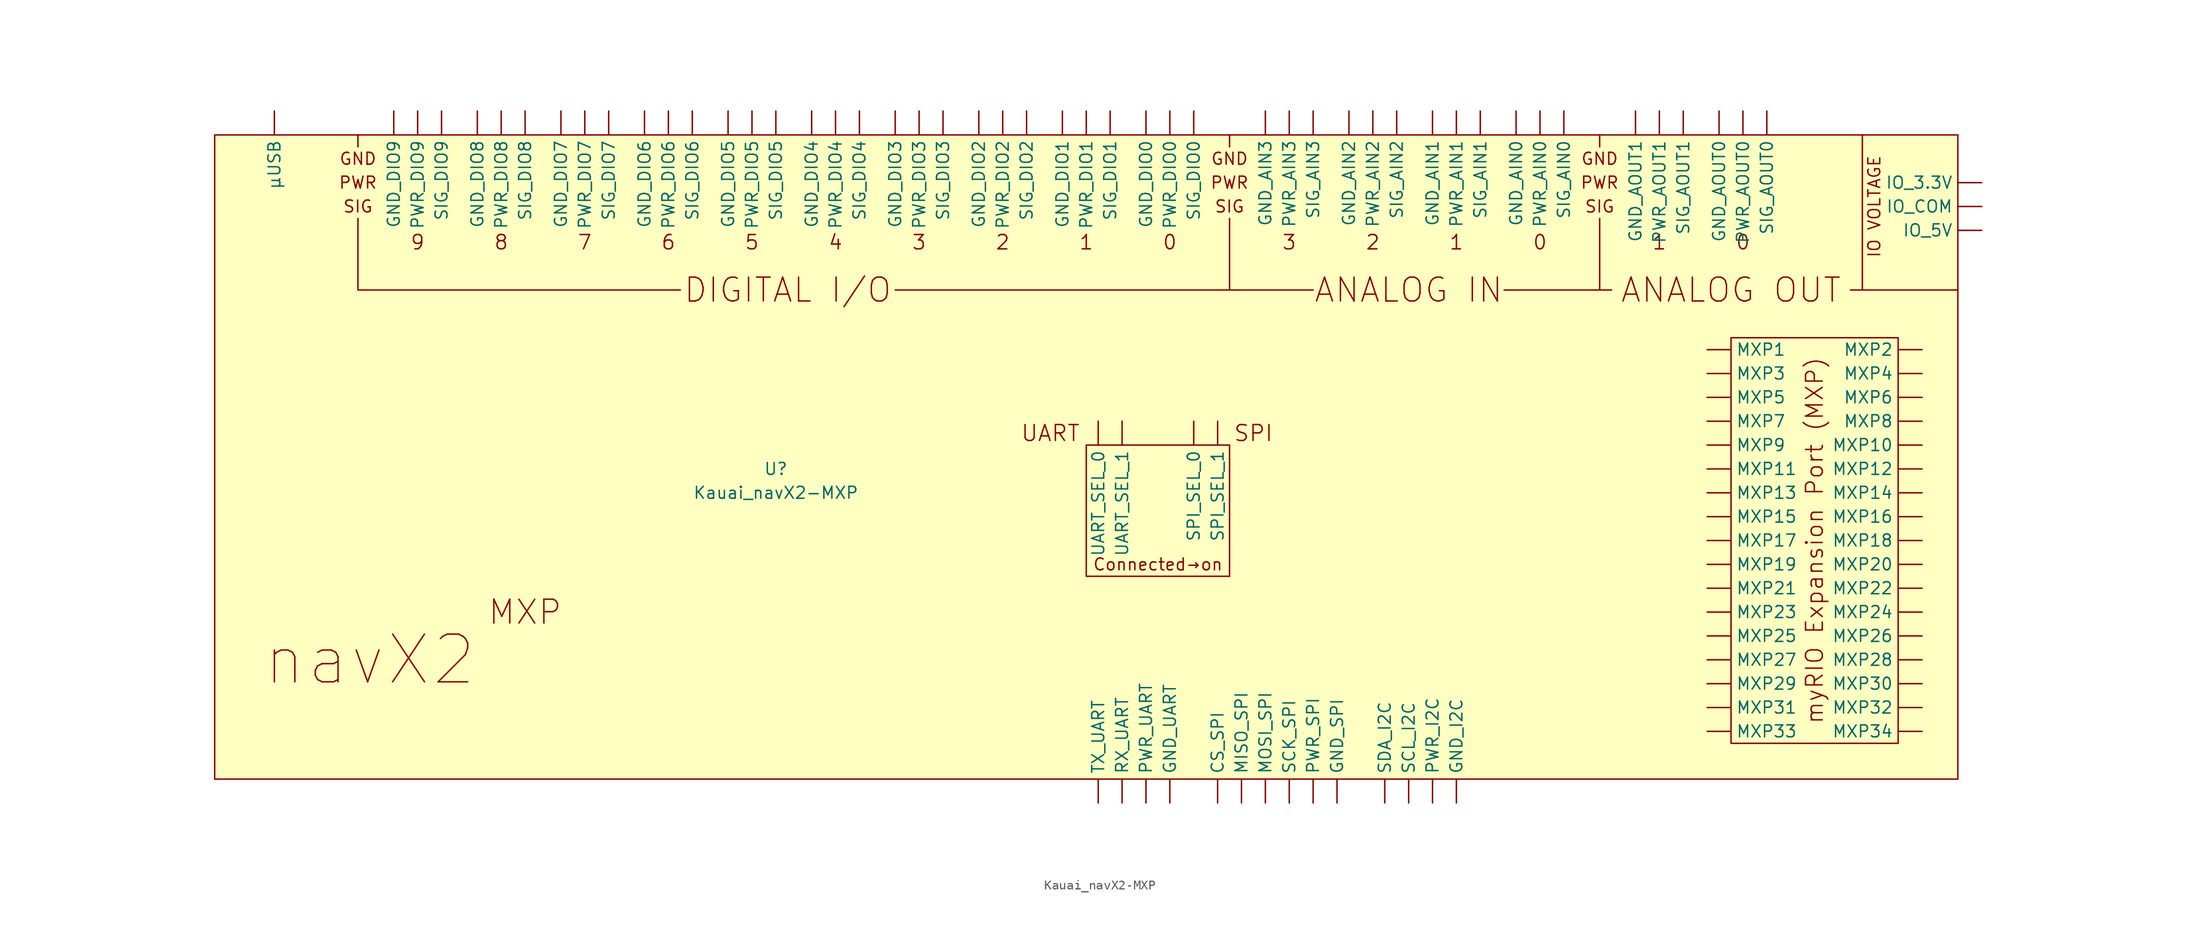
<source format=kicad_sym>
(kicad_symbol_lib
  (version 20220914)
  (generator kicad_symbol_editor)
  (symbol "Kauai_navX2-MXP"
    (property "Reference" "U"
      (at -33.02 -2.54 0)
      (effects (font (size 1.27 1.27))))
    (property "Value" "Kauai_navX2-MXP"
      (at -33.02 -5.08 0)
      (effects (font (size 1.27 1.27))))
    (symbol "Kauai_navX2-MXP_0_0"
      (polyline (pts (xy -77.47 33.02) (xy -77.47 31.75)) (stroke (width 0) (type default)) (fill (type none)))
      (polyline (pts (xy -20.32 16.51) (xy 24.13 16.51)) (stroke (width 0) (type default)) (fill (type none)))
      (polyline (pts (xy 15.24 24.13) (xy 15.24 16.51)) (stroke (width 0) (type default)) (fill (type none)))
      (polyline (pts (xy 44.45 16.51) (xy 55.88 16.51)) (stroke (width 0) (type default)) (fill (type none)))
      (polyline (pts (xy 54.61 24.13) (xy 54.61 16.51)) (stroke (width 0) (type default)) (fill (type none)))
      (polyline (pts (xy 81.28 16.51) (xy 92.71 16.51)) (stroke (width 0) (type default)) (fill (type none)))
      (polyline (pts (xy 82.55 16.51) (xy 82.55 33.02)) (stroke (width 0) (type default)) (fill (type none)))
      (polyline (pts (xy -77.47 24.13) (xy -77.47 16.51) (xy -43.18 16.51)) (stroke (width 0) (type default)) (fill (type none)))
      (rectangle (start 0 0) (end 15.24 -13.97) (stroke (width 0) (type default)) (fill (type none)))
      (rectangle (start 68.58 -31.75) (end 86.36 11.43) (stroke (width 0) (type default)) (fill (type none)))
      (text "0" (at 8.89 21.59 0) (effects (font (size 1.524 1.524))))
      (text "0" (at 48.26 21.59 0) (effects (font (size 1.524 1.524))))
      (text "0" (at 69.85 21.59 0) (effects (font (size 1.524 1.524))))
      (text "1" (at 0 21.59 0) (effects (font (size 1.524 1.524))))
      (text "1" (at 39.37 21.59 0) (effects (font (size 1.524 1.524))))
      (text "1" (at 60.96 21.59 0) (effects (font (size 1.524 1.524))))
      (text "2" (at -8.89 21.59 0) (effects (font (size 1.524 1.524))))
      (text "2" (at 30.48 21.59 0) (effects (font (size 1.524 1.524))))
      (text "3" (at -17.78 21.59 0) (effects (font (size 1.524 1.524))))
      (text "3" (at 21.59 21.59 0) (effects (font (size 1.524 1.524))))
      (text "4" (at -26.67 21.59 0) (effects (font (size 1.524 1.524))))
      (text "5" (at -35.56 21.59 0) (effects (font (size 1.524 1.524))))
      (text "6" (at -44.45 21.59 0) (effects (font (size 1.524 1.524))))
      (text "7" (at -53.34 21.59 0) (effects (font (size 1.524 1.524))))
      (text "8" (at -62.23 21.59 0) (effects (font (size 1.524 1.524))))
      (text "9" (at -71.12 21.59 0) (effects (font (size 1.524 1.524))))
      (text "ANALOG IN" (at 34.29 16.51 0) (effects (font (size 2.54 2.54))))
      (text "ANALOG OUT" (at 68.58 16.51 0) (effects (font (size 2.54 2.54))))
      (text "Connected→on" (at 7.62 -12.7 0) (effects (font (size 1.27 1.27))))
      (text "DIGITAL I/O" (at -31.75 16.51 0) (effects (font (size 2.54 2.54))))
      (text "GND" (at -77.47 30.48 0) (effects (font (size 1.27 1.27))))
      (text "GND" (at 15.24 30.48 0) (effects (font (size 1.27 1.27))))
      (text "GND" (at 54.61 30.48 0) (effects (font (size 1.27 1.27))))
      (text "IO VOLTAGE" (at 83.82 25.4 900) (effects (font (size 1.27 1.27))))
      (text "MXP" (at -59.69 -17.78 0) (effects (font (size 2.54 2.54))))
      (text "myRIO Expansion Port (MXP)" (at 77.47 -10.16 900) (effects (font (size 1.778 1.778))))
      (text "navX2" (at -76.2 -22.86 0) (effects (font (size 5.08 5.08))))
      (text "PWR" (at -77.47 27.94 0) (effects (font (size 1.27 1.27))))
      (text "PWR" (at 15.24 27.94 0) (effects (font (size 1.27 1.27))))
      (text "PWR" (at 54.61 27.94 0) (effects (font (size 1.27 1.27))))
      (text "SIG" (at -77.47 25.4 0) (effects (font (size 1.27 1.27))))
      (text "SIG" (at 15.24 25.4 0) (effects (font (size 1.27 1.27))))
      (text "SIG" (at 54.61 25.4 0) (effects (font (size 1.27 1.27))))
      (text "SPI" (at 17.78 1.27 0) (effects (font (size 1.693 1.693))))
      (text "UART" (at -3.81 1.27 0) (effects (font (size 1.693 1.693)))))
    (symbol "Kauai_navX2-MXP_0_1"
      (rectangle (start -92.71 33.02) (end 92.71 -35.56) (stroke (width 0) (type default)) (fill (type background)))
      (polyline (pts (xy 15.24 31.75) (xy 15.24 33.02)) (stroke (width 0) (type default)) (fill (type none)))
      (polyline (pts (xy 54.61 31.75) (xy 54.61 33.02)) (stroke (width 0) (type default)) (fill (type none))))
    (symbol "Kauai_navX2-MXP_1_1"
      (pin bidirectional line (at 13.97 -38.1 90) (length 2.54) (name "CS_SPI" (effects (font (size 1.27 1.27)))) (number "" (effects (font (size 1.27 1.27)))))
      (pin power_out line (at 45.72 35.56 270) (length 2.54) (name "GND_AIN0" (effects (font (size 1.27 1.27)))) (number "" (effects (font (size 1.27 1.27)))))
      (pin power_out line (at 36.83 35.56 270) (length 2.54) (name "GND_AIN1" (effects (font (size 1.27 1.27)))) (number "" (effects (font (size 1.27 1.27)))))
      (pin power_out line (at 27.94 35.56 270) (length 2.54) (name "GND_AIN2" (effects (font (size 1.27 1.27)))) (number "" (effects (font (size 1.27 1.27)))))
      (pin power_out line (at 19.05 35.56 270) (length 2.54) (name "GND_AIN3" (effects (font (size 1.27 1.27)))) (number "" (effects (font (size 1.27 1.27)))))
      (pin power_out line (at 67.31 35.56 270) (length 2.54) (name "GND_AOUT0" (effects (font (size 1.27 1.27)))) (number "" (effects (font (size 1.27 1.27)))))
      (pin power_out line (at 58.42 35.56 270) (length 2.54) (name "GND_AOUT1" (effects (font (size 1.27 1.27)))) (number "" (effects (font (size 1.27 1.27)))))
      (pin power_out line (at 6.35 35.56 270) (length 2.54) (name "GND_DIO0" (effects (font (size 1.27 1.27)))) (number "" (effects (font (size 1.27 1.27)))))
      (pin power_out line (at -2.54 35.56 270) (length 2.54) (name "GND_DIO1" (effects (font (size 1.27 1.27)))) (number "" (effects (font (size 1.27 1.27)))))
      (pin power_out line (at -11.43 35.56 270) (length 2.54) (name "GND_DIO2" (effects (font (size 1.27 1.27)))) (number "" (effects (font (size 1.27 1.27)))))
      (pin power_out line (at -20.32 35.56 270) (length 2.54) (name "GND_DIO3" (effects (font (size 1.27 1.27)))) (number "" (effects (font (size 1.27 1.27)))))
      (pin power_out line (at -29.21 35.56 270) (length 2.54) (name "GND_DIO4" (effects (font (size 1.27 1.27)))) (number "" (effects (font (size 1.27 1.27)))))
      (pin power_out line (at -38.1 35.56 270) (length 2.54) (name "GND_DIO5" (effects (font (size 1.27 1.27)))) (number "" (effects (font (size 1.27 1.27)))))
      (pin power_out line (at -46.99 35.56 270) (length 2.54) (name "GND_DIO6" (effects (font (size 1.27 1.27)))) (number "" (effects (font (size 1.27 1.27)))))
      (pin power_out line (at -55.88 35.56 270) (length 2.54) (name "GND_DIO7" (effects (font (size 1.27 1.27)))) (number "" (effects (font (size 1.27 1.27)))))
      (pin power_out line (at -64.77 35.56 270) (length 2.54) (name "GND_DIO8" (effects (font (size 1.27 1.27)))) (number "" (effects (font (size 1.27 1.27)))))
      (pin power_out line (at -73.66 35.56 270) (length 2.54) (name "GND_DIO9" (effects (font (size 1.27 1.27)))) (number "" (effects (font (size 1.27 1.27)))))
      (pin power_out line (at 39.37 -38.1 90) (length 2.54) (name "GND_I2C" (effects (font (size 1.27 1.27)))) (number "" (effects (font (size 1.27 1.27)))))
      (pin power_out line (at 26.67 -38.1 90) (length 2.54) (name "GND_SPI" (effects (font (size 1.27 1.27)))) (number "" (effects (font (size 1.27 1.27)))))
      (pin power_out line (at 8.89 -38.1 90) (length 2.54) (name "GND_UART" (effects (font (size 1.27 1.27)))) (number "" (effects (font (size 1.27 1.27)))))
      (pin unspecified line (at 95.25 27.94 180) (length 2.54) (name "IO_3.3V" (effects (font (size 1.27 1.27)))) (number "" (effects (font (size 1.27 1.27)))))
      (pin unspecified line (at 95.25 22.86 180) (length 2.54) (name "IO_5V" (effects (font (size 1.27 1.27)))) (number "" (effects (font (size 1.27 1.27)))))
      (pin unspecified line (at 95.25 25.4 180) (length 2.54) (name "IO_COM" (effects (font (size 1.27 1.27)))) (number "" (effects (font (size 1.27 1.27)))))
      (pin bidirectional line (at 16.51 -38.1 90) (length 2.54) (name "MISO_SPI" (effects (font (size 1.27 1.27)))) (number "" (effects (font (size 1.27 1.27)))))
      (pin bidirectional line (at 19.05 -38.1 90) (length 2.54) (name "MOSI_SPI" (effects (font (size 1.27 1.27)))) (number "" (effects (font (size 1.27 1.27)))))
      (pin bidirectional line (at 66.04 10.16 0) (length 2.54) (name "MXP1" (effects (font (size 1.27 1.27)))) (number "" (effects (font (size 1.27 1.27)))))
      (pin bidirectional line (at 88.9 0 180) (length 2.54) (name "MXP10" (effects (font (size 1.27 1.27)))) (number "" (effects (font (size 1.27 1.27)))))
      (pin bidirectional line (at 66.04 -2.54 0) (length 2.54) (name "MXP11" (effects (font (size 1.27 1.27)))) (number "" (effects (font (size 1.27 1.27)))))
      (pin bidirectional line (at 88.9 -2.54 180) (length 2.54) (name "MXP12" (effects (font (size 1.27 1.27)))) (number "" (effects (font (size 1.27 1.27)))))
      (pin bidirectional line (at 66.04 -5.08 0) (length 2.54) (name "MXP13" (effects (font (size 1.27 1.27)))) (number "" (effects (font (size 1.27 1.27)))))
      (pin bidirectional line (at 88.9 -5.08 180) (length 2.54) (name "MXP14" (effects (font (size 1.27 1.27)))) (number "" (effects (font (size 1.27 1.27)))))
      (pin bidirectional line (at 66.04 -7.62 0) (length 2.54) (name "MXP15" (effects (font (size 1.27 1.27)))) (number "" (effects (font (size 1.27 1.27)))))
      (pin bidirectional line (at 88.9 -7.62 180) (length 2.54) (name "MXP16" (effects (font (size 1.27 1.27)))) (number "" (effects (font (size 1.27 1.27)))))
      (pin bidirectional line (at 66.04 -10.16 0) (length 2.54) (name "MXP17" (effects (font (size 1.27 1.27)))) (number "" (effects (font (size 1.27 1.27)))))
      (pin bidirectional line (at 88.9 -10.16 180) (length 2.54) (name "MXP18" (effects (font (size 1.27 1.27)))) (number "" (effects (font (size 1.27 1.27)))))
      (pin bidirectional line (at 66.04 -12.7 0) (length 2.54) (name "MXP19" (effects (font (size 1.27 1.27)))) (number "" (effects (font (size 1.27 1.27)))))
      (pin bidirectional line (at 88.9 10.16 180) (length 2.54) (name "MXP2" (effects (font (size 1.27 1.27)))) (number "" (effects (font (size 1.27 1.27)))))
      (pin bidirectional line (at 88.9 -12.7 180) (length 2.54) (name "MXP20" (effects (font (size 1.27 1.27)))) (number "" (effects (font (size 1.27 1.27)))))
      (pin bidirectional line (at 66.04 -15.24 0) (length 2.54) (name "MXP21" (effects (font (size 1.27 1.27)))) (number "" (effects (font (size 1.27 1.27)))))
      (pin bidirectional line (at 88.9 -15.24 180) (length 2.54) (name "MXP22" (effects (font (size 1.27 1.27)))) (number "" (effects (font (size 1.27 1.27)))))
      (pin bidirectional line (at 66.04 -17.78 0) (length 2.54) (name "MXP23" (effects (font (size 1.27 1.27)))) (number "" (effects (font (size 1.27 1.27)))))
      (pin bidirectional line (at 88.9 -17.78 180) (length 2.54) (name "MXP24" (effects (font (size 1.27 1.27)))) (number "" (effects (font (size 1.27 1.27)))))
      (pin bidirectional line (at 66.04 -20.32 0) (length 2.54) (name "MXP25" (effects (font (size 1.27 1.27)))) (number "" (effects (font (size 1.27 1.27)))))
      (pin bidirectional line (at 88.9 -20.32 180) (length 2.54) (name "MXP26" (effects (font (size 1.27 1.27)))) (number "" (effects (font (size 1.27 1.27)))))
      (pin bidirectional line (at 66.04 -22.86 0) (length 2.54) (name "MXP27" (effects (font (size 1.27 1.27)))) (number "" (effects (font (size 1.27 1.27)))))
      (pin bidirectional line (at 88.9 -22.86 180) (length 2.54) (name "MXP28" (effects (font (size 1.27 1.27)))) (number "" (effects (font (size 1.27 1.27)))))
      (pin bidirectional line (at 66.04 -25.4 0) (length 2.54) (name "MXP29" (effects (font (size 1.27 1.27)))) (number "" (effects (font (size 1.27 1.27)))))
      (pin bidirectional line (at 66.04 7.62 0) (length 2.54) (name "MXP3" (effects (font (size 1.27 1.27)))) (number "" (effects (font (size 1.27 1.27)))))
      (pin bidirectional line (at 88.9 -25.4 180) (length 2.54) (name "MXP30" (effects (font (size 1.27 1.27)))) (number "" (effects (font (size 1.27 1.27)))))
      (pin bidirectional line (at 66.04 -27.94 0) (length 2.54) (name "MXP31" (effects (font (size 1.27 1.27)))) (number "" (effects (font (size 1.27 1.27)))))
      (pin bidirectional line (at 88.9 -27.94 180) (length 2.54) (name "MXP32" (effects (font (size 1.27 1.27)))) (number "" (effects (font (size 1.27 1.27)))))
      (pin bidirectional line (at 66.04 -30.48 0) (length 2.54) (name "MXP33" (effects (font (size 1.27 1.27)))) (number "" (effects (font (size 1.27 1.27)))))
      (pin bidirectional line (at 88.9 -30.48 180) (length 2.54) (name "MXP34" (effects (font (size 1.27 1.27)))) (number "" (effects (font (size 1.27 1.27)))))
      (pin bidirectional line (at 88.9 7.62 180) (length 2.54) (name "MXP4" (effects (font (size 1.27 1.27)))) (number "" (effects (font (size 1.27 1.27)))))
      (pin bidirectional line (at 66.04 5.08 0) (length 2.54) (name "MXP5" (effects (font (size 1.27 1.27)))) (number "" (effects (font (size 1.27 1.27)))))
      (pin bidirectional line (at 88.9 5.08 180) (length 2.54) (name "MXP6" (effects (font (size 1.27 1.27)))) (number "" (effects (font (size 1.27 1.27)))))
      (pin bidirectional line (at 66.04 2.54 0) (length 2.54) (name "MXP7" (effects (font (size 1.27 1.27)))) (number "" (effects (font (size 1.27 1.27)))))
      (pin bidirectional line (at 88.9 2.54 180) (length 2.54) (name "MXP8" (effects (font (size 1.27 1.27)))) (number "" (effects (font (size 1.27 1.27)))))
      (pin bidirectional line (at 66.04 0 0) (length 2.54) (name "MXP9" (effects (font (size 1.27 1.27)))) (number "" (effects (font (size 1.27 1.27)))))
      (pin power_out line (at 48.26 35.56 270) (length 2.54) (name "PWR_AIN0" (effects (font (size 1.27 1.27)))) (number "" (effects (font (size 1.27 1.27)))))
      (pin power_out line (at 39.37 35.56 270) (length 2.54) (name "PWR_AIN1" (effects (font (size 1.27 1.27)))) (number "" (effects (font (size 1.27 1.27)))))
      (pin power_out line (at 30.48 35.56 270) (length 2.54) (name "PWR_AIN2" (effects (font (size 1.27 1.27)))) (number "" (effects (font (size 1.27 1.27)))))
      (pin power_out line (at 21.59 35.56 270) (length 2.54) (name "PWR_AIN3" (effects (font (size 1.27 1.27)))) (number "" (effects (font (size 1.27 1.27)))))
      (pin power_out line (at 69.85 35.56 270) (length 2.54) (name "PWR_AOUT0" (effects (font (size 1.27 1.27)))) (number "" (effects (font (size 1.27 1.27)))))
      (pin power_out line (at 60.96 35.56 270) (length 2.54) (name "PWR_AOUT1" (effects (font (size 1.27 1.27)))) (number "" (effects (font (size 1.27 1.27)))))
      (pin power_out line (at 8.89 35.56 270) (length 2.54) (name "PWR_DIO0" (effects (font (size 1.27 1.27)))) (number "" (effects (font (size 1.27 1.27)))))
      (pin power_out line (at 0 35.56 270) (length 2.54) (name "PWR_DIO1" (effects (font (size 1.27 1.27)))) (number "" (effects (font (size 1.27 1.27)))))
      (pin power_out line (at -8.89 35.56 270) (length 2.54) (name "PWR_DIO2" (effects (font (size 1.27 1.27)))) (number "" (effects (font (size 1.27 1.27)))))
      (pin power_out line (at -17.78 35.56 270) (length 2.54) (name "PWR_DIO3" (effects (font (size 1.27 1.27)))) (number "" (effects (font (size 1.27 1.27)))))
      (pin power_out line (at -26.67 35.56 270) (length 2.54) (name "PWR_DIO4" (effects (font (size 1.27 1.27)))) (number "" (effects (font (size 1.27 1.27)))))
      (pin power_out line (at -35.56 35.56 270) (length 2.54) (name "PWR_DIO5" (effects (font (size 1.27 1.27)))) (number "" (effects (font (size 1.27 1.27)))))
      (pin power_out line (at -44.45 35.56 270) (length 2.54) (name "PWR_DIO6" (effects (font (size 1.27 1.27)))) (number "" (effects (font (size 1.27 1.27)))))
      (pin power_out line (at -53.34 35.56 270) (length 2.54) (name "PWR_DIO7" (effects (font (size 1.27 1.27)))) (number "" (effects (font (size 1.27 1.27)))))
      (pin power_out line (at -62.23 35.56 270) (length 2.54) (name "PWR_DIO8" (effects (font (size 1.27 1.27)))) (number "" (effects (font (size 1.27 1.27)))))
      (pin power_out line (at -71.12 35.56 270) (length 2.54) (name "PWR_DIO9" (effects (font (size 1.27 1.27)))) (number "" (effects (font (size 1.27 1.27)))))
      (pin power_out line (at 36.83 -38.1 90) (length 2.54) (name "PWR_I2C" (effects (font (size 1.27 1.27)))) (number "" (effects (font (size 1.27 1.27)))))
      (pin power_out line (at 24.13 -38.1 90) (length 2.54) (name "PWR_SPI" (effects (font (size 1.27 1.27)))) (number "" (effects (font (size 1.27 1.27)))))
      (pin power_out line (at 6.35 -38.1 90) (length 2.54) (name "PWR_UART" (effects (font (size 1.27 1.27)))) (number "" (effects (font (size 1.27 1.27)))))
      (pin bidirectional line (at 3.81 -38.1 90) (length 2.54) (name "RX_UART" (effects (font (size 1.27 1.27)))) (number "" (effects (font (size 1.27 1.27)))))
      (pin bidirectional line (at 21.59 -38.1 90) (length 2.54) (name "SCK_SPI" (effects (font (size 1.27 1.27)))) (number "" (effects (font (size 1.27 1.27)))))
      (pin bidirectional line (at 34.29 -38.1 90) (length 2.54) (name "SCL_I2C" (effects (font (size 1.27 1.27)))) (number "" (effects (font (size 1.27 1.27)))))
      (pin bidirectional line (at 31.75 -38.1 90) (length 2.54) (name "SDA_I2C" (effects (font (size 1.27 1.27)))) (number "" (effects (font (size 1.27 1.27)))))
      (pin input line (at 50.8 35.56 270) (length 2.54) (name "SIG_AIN0" (effects (font (size 1.27 1.27)))) (number "" (effects (font (size 1.27 1.27)))))
      (pin input line (at 41.91 35.56 270) (length 2.54) (name "SIG_AIN1" (effects (font (size 1.27 1.27)))) (number "" (effects (font (size 1.27 1.27)))))
      (pin input line (at 33.02 35.56 270) (length 2.54) (name "SIG_AIN2" (effects (font (size 1.27 1.27)))) (number "" (effects (font (size 1.27 1.27)))))
      (pin input line (at 24.13 35.56 270) (length 2.54) (name "SIG_AIN3" (effects (font (size 1.27 1.27)))) (number "" (effects (font (size 1.27 1.27)))))
      (pin output line (at 72.39 35.56 270) (length 2.54) (name "SIG_AOUT0" (effects (font (size 1.27 1.27)))) (number "" (effects (font (size 1.27 1.27)))))
      (pin output line (at 63.5 35.56 270) (length 2.54) (name "SIG_AOUT1" (effects (font (size 1.27 1.27)))) (number "" (effects (font (size 1.27 1.27)))))
      (pin bidirectional line (at 11.43 35.56 270) (length 2.54) (name "SIG_DIO0" (effects (font (size 1.27 1.27)))) (number "" (effects (font (size 1.27 1.27)))))
      (pin bidirectional line (at 2.54 35.56 270) (length 2.54) (name "SIG_DIO1" (effects (font (size 1.27 1.27)))) (number "" (effects (font (size 1.27 1.27)))))
      (pin bidirectional line (at -6.35 35.56 270) (length 2.54) (name "SIG_DIO2" (effects (font (size 1.27 1.27)))) (number "" (effects (font (size 1.27 1.27)))))
      (pin bidirectional line (at -15.24 35.56 270) (length 2.54) (name "SIG_DIO3" (effects (font (size 1.27 1.27)))) (number "" (effects (font (size 1.27 1.27)))))
      (pin bidirectional line (at -24.13 35.56 270) (length 2.54) (name "SIG_DIO4" (effects (font (size 1.27 1.27)))) (number "" (effects (font (size 1.27 1.27)))))
      (pin bidirectional line (at -33.02 35.56 270) (length 2.54) (name "SIG_DIO5" (effects (font (size 1.27 1.27)))) (number "" (effects (font (size 1.27 1.27)))))
      (pin bidirectional line (at -41.91 35.56 270) (length 2.54) (name "SIG_DIO6" (effects (font (size 1.27 1.27)))) (number "" (effects (font (size 1.27 1.27)))))
      (pin bidirectional line (at -50.8 35.56 270) (length 2.54) (name "SIG_DIO7" (effects (font (size 1.27 1.27)))) (number "" (effects (font (size 1.27 1.27)))))
      (pin bidirectional line (at -59.69 35.56 270) (length 2.54) (name "SIG_DIO8" (effects (font (size 1.27 1.27)))) (number "" (effects (font (size 1.27 1.27)))))
      (pin bidirectional line (at -68.58 35.56 270) (length 2.54) (name "SIG_DIO9" (effects (font (size 1.27 1.27)))) (number "" (effects (font (size 1.27 1.27)))))
      (pin unspecified line (at 11.43 2.54 270) (length 2.54) (name "SPI_SEL_0" (effects (font (size 1.27 1.27)))) (number "" (effects (font (size 1.27 1.27)))))
      (pin unspecified line (at 13.97 2.54 270) (length 2.54) (name "SPI_SEL_1" (effects (font (size 1.27 1.27)))) (number "" (effects (font (size 1.27 1.27)))))
      (pin bidirectional line (at 1.27 -38.1 90) (length 2.54) (name "TX_UART" (effects (font (size 1.27 1.27)))) (number "" (effects (font (size 1.27 1.27)))))
      (pin unspecified line (at 1.27 2.54 270) (length 2.54) (name "UART_SEL_0" (effects (font (size 1.27 1.27)))) (number "" (effects (font (size 1.27 1.27)))))
      (pin unspecified line (at 3.81 2.54 270) (length 2.54) (name "UART_SEL_1" (effects (font (size 1.27 1.27)))) (number "" (effects (font (size 1.27 1.27)))))
      (pin bidirectional line (at -86.36 35.56 270) (length 2.54) (name "μUSB" (effects (font (size 1.27 1.27)))) (number "" (effects (font (size 1.27 1.27))))))))
</source>
